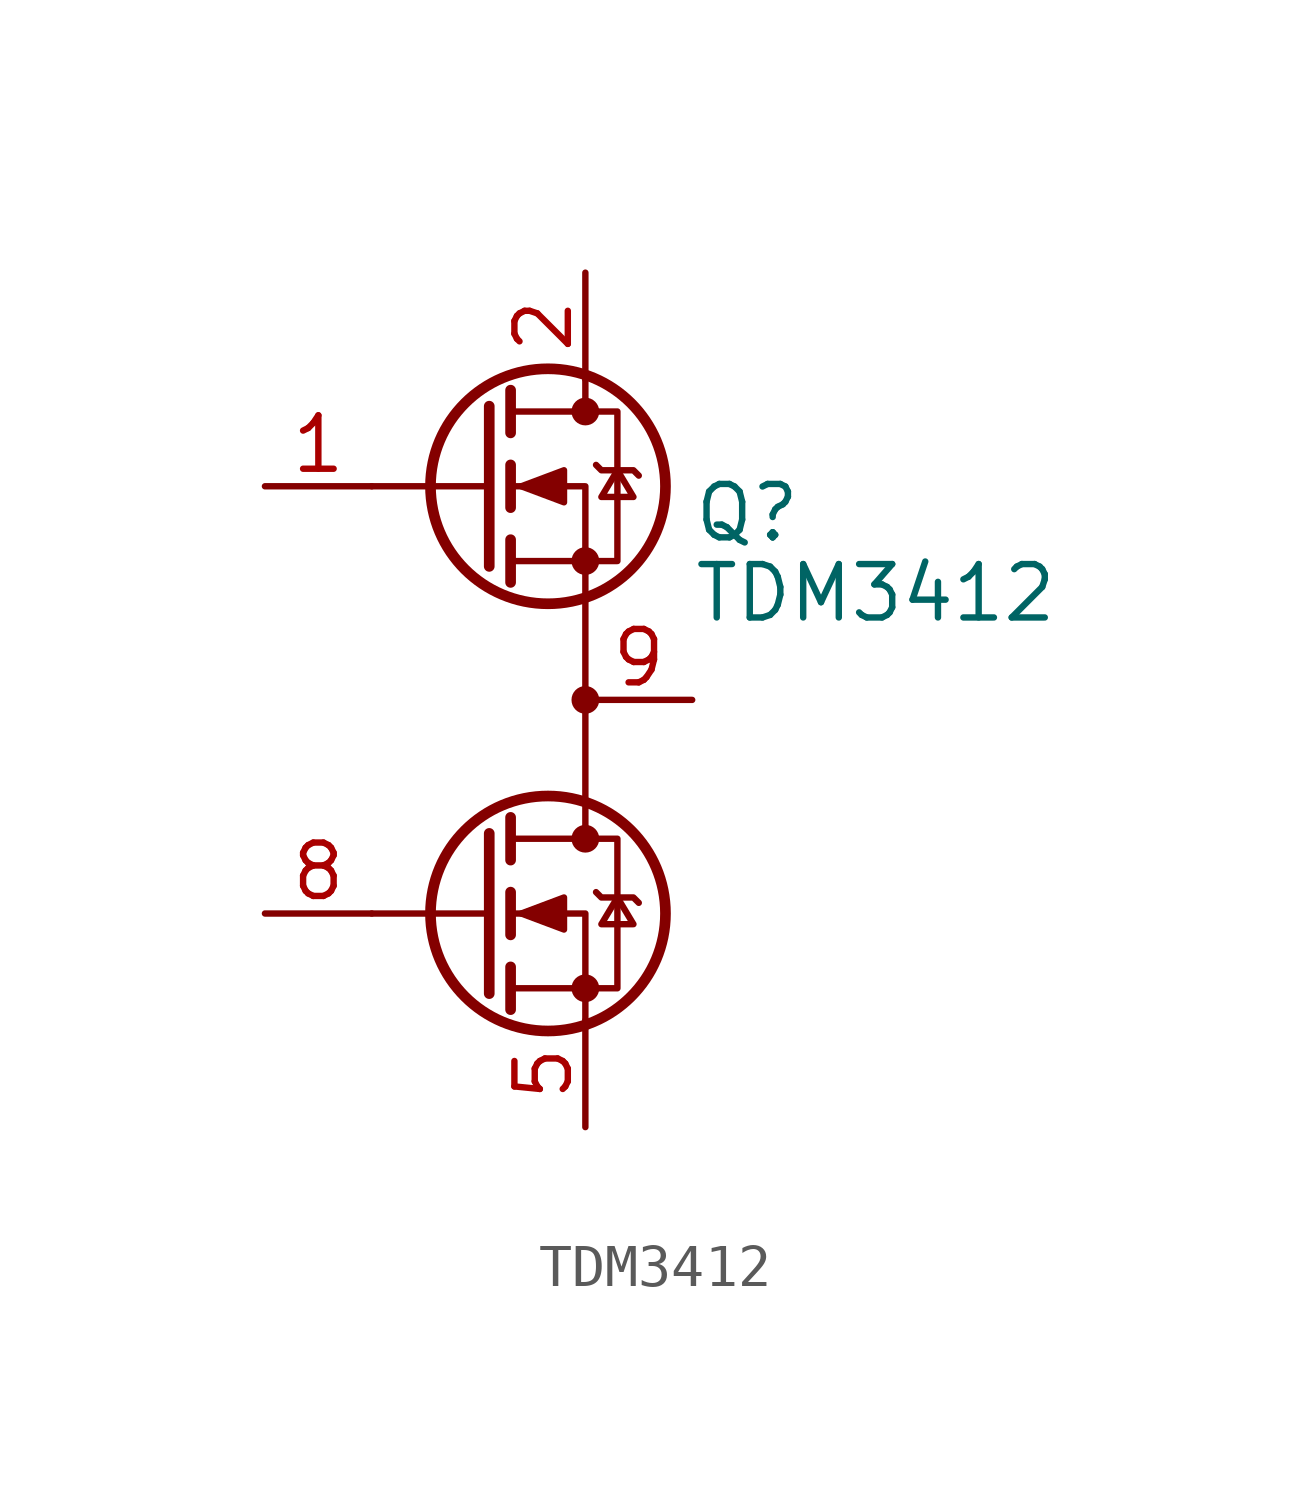
<source format=kicad_sym>
(kicad_symbol_lib
  (version 20211014)
  (generator kicad_symbol_editor)
  (symbol "TDM3412"
    (pin_names hide)
    (property "Reference" "Q"
      (at 5.08 4.445 0)
      (effects (font (size 1.27 1.27)) (justify left)))
    (property "Value" "TDM3412"
      (at 5.08 2.54 0)
      (effects (font (size 1.27 1.27)) (justify left)))
    (symbol "TDM3412_0_1"
      (polyline (pts (xy 0.254 -5.08) (xy -2.54 -5.08)) (stroke (width 0) (type default) (color 0 0 0 0)) (fill (type none)))
      (polyline (pts (xy 0.254 -3.175) (xy 0.254 -6.985)) (stroke (width 0.254) (type default) (color 0 0 0 0)) (fill (type none)))
      (polyline (pts (xy 0.254 5.08) (xy -2.54 5.08)) (stroke (width 0) (type default) (color 0 0 0 0)) (fill (type none)))
      (polyline (pts (xy 0.254 6.985) (xy 0.254 3.175)) (stroke (width 0.254) (type default) (color 0 0 0 0)) (fill (type none)))
      (polyline (pts (xy 0.762 -6.35) (xy 0.762 -7.366)) (stroke (width 0.254) (type default) (color 0 0 0 0)) (fill (type none)))
      (polyline (pts (xy 0.762 -4.572) (xy 0.762 -5.588)) (stroke (width 0.254) (type default) (color 0 0 0 0)) (fill (type none)))
      (polyline (pts (xy 0.762 -2.794) (xy 0.762 -3.81)) (stroke (width 0.254) (type default) (color 0 0 0 0)) (fill (type none)))
      (polyline (pts (xy 0.762 3.81) (xy 0.762 2.794)) (stroke (width 0.254) (type default) (color 0 0 0 0)) (fill (type none)))
      (polyline (pts (xy 0.762 5.588) (xy 0.762 4.572)) (stroke (width 0.254) (type default) (color 0 0 0 0)) (fill (type none)))
      (polyline (pts (xy 0.762 7.366) (xy 0.762 6.35)) (stroke (width 0.254) (type default) (color 0 0 0 0)) (fill (type none)))
      (polyline (pts (xy 2.54 7.62) (xy 2.54 6.858)) (stroke (width 0) (type default) (color 0 0 0 0)) (fill (type none)))
      (polyline (pts (xy 2.54 -7.62) (xy 2.54 -5.08) (xy 0.762 -5.08)) (stroke (width 0) (type default) (color 0 0 0 0)) (fill (type none)))
      (polyline (pts (xy 2.54 -3.302) (xy 2.54 5.08) (xy 0.762 5.08)) (stroke (width 0) (type default) (color 0 0 0 0)) (fill (type none)))
      (polyline (pts (xy 0.762 -6.858) (xy 3.302 -6.858) (xy 3.302 -3.302) (xy 0.762 -3.302)) (stroke (width 0) (type default) (color 0 0 0 0)) (fill (type none)))
      (polyline (pts (xy 0.762 3.302) (xy 3.302 3.302) (xy 3.302 6.858) (xy 0.762 6.858)) (stroke (width 0) (type default) (color 0 0 0 0)) (fill (type none)))
      (polyline (pts (xy 1.016 -5.08) (xy 2.032 -4.699) (xy 2.032 -5.461) (xy 1.016 -5.08)) (stroke (width 0) (type default) (color 0 0 0 0)) (fill (type outline)))
      (polyline (pts (xy 1.016 5.08) (xy 2.032 5.461) (xy 2.032 4.699) (xy 1.016 5.08)) (stroke (width 0) (type default) (color 0 0 0 0)) (fill (type outline)))
      (polyline (pts (xy 2.794 -4.572) (xy 2.921 -4.699) (xy 3.683 -4.699) (xy 3.81 -4.826)) (stroke (width 0) (type default) (color 0 0 0 0)) (fill (type none)))
      (polyline (pts (xy 2.794 5.588) (xy 2.921 5.461) (xy 3.683 5.461) (xy 3.81 5.334)) (stroke (width 0) (type default) (color 0 0 0 0)) (fill (type none)))
      (polyline (pts (xy 3.302 -4.699) (xy 2.921 -5.334) (xy 3.683 -5.334) (xy 3.302 -4.699)) (stroke (width 0) (type default) (color 0 0 0 0)) (fill (type none)))
      (polyline (pts (xy 3.302 5.461) (xy 2.921 4.826) (xy 3.683 4.826) (xy 3.302 5.461)) (stroke (width 0) (type default) (color 0 0 0 0)) (fill (type none)))
      (circle (center 1.651 -5.08) (radius 2.794) (stroke (width 0.254) (type default) (color 0 0 0 0)) (fill (type none)))
      (circle (center 1.651 5.08) (radius 2.794) (stroke (width 0.254) (type default) (color 0 0 0 0)) (fill (type none)))
      (circle (center 2.54 -6.858) (radius 0.254) (stroke (width 0) (type default) (color 0 0 0 0)) (fill (type outline)))
      (circle (center 2.54 -3.302) (radius 0.254) (stroke (width 0) (type default) (color 0 0 0 0)) (fill (type outline)))
      (circle (center 2.54 0) (radius 0.254) (stroke (width 0) (type default) (color 0 0 0 0)) (fill (type outline)))
      (circle (center 2.54 3.302) (radius 0.254) (stroke (width 0) (type default) (color 0 0 0 0)) (fill (type outline)))
      (circle (center 2.54 6.858) (radius 0.254) (stroke (width 0) (type default) (color 0 0 0 0)) (fill (type outline))))
    (symbol "TDM3412_1_1"
      (pin input line (at -5.08 5.08 0) (length 2.54) (name "G1" (effects (font (size 1.27 1.27)))) (number "1" (effects (font (size 1.27 1.27)))))
      (pin passive line (at 2.54 10.16 270) (length 2.54) (name "D1" (effects (font (size 1.27 1.27)))) (number "2" (effects (font (size 1.27 1.27)))))
      (pin passive line (at 2.54 10.16 270) (length 2.54) hide (name "D1" (effects (font (size 1.27 1.27)))) (number "3" (effects (font (size 1.27 1.27)))))
      (pin passive line (at 2.54 10.16 270) (length 2.54) hide (name "D1" (effects (font (size 1.27 1.27)))) (number "4" (effects (font (size 1.27 1.27)))))
      (pin passive line (at 2.54 -10.16 90) (length 2.54) (name "S2" (effects (font (size 1.27 1.27)))) (number "5" (effects (font (size 1.27 1.27)))))
      (pin passive line (at 2.54 -10.16 90) (length 2.54) hide (name "S2" (effects (font (size 1.27 1.27)))) (number "6" (effects (font (size 1.27 1.27)))))
      (pin passive line (at 2.54 -10.16 90) (length 2.54) hide (name "S2" (effects (font (size 1.27 1.27)))) (number "7" (effects (font (size 1.27 1.27)))))
      (pin input line (at -5.08 -5.08 0) (length 2.54) (name "G2" (effects (font (size 1.27 1.27)))) (number "8" (effects (font (size 1.27 1.27)))))
      (pin passive line (at 5.08 0 180) (length 2.54) (name "S1/D2" (effects (font (size 1.27 1.27)))) (number "9" (effects (font (size 1.27 1.27))))))))
</source>
